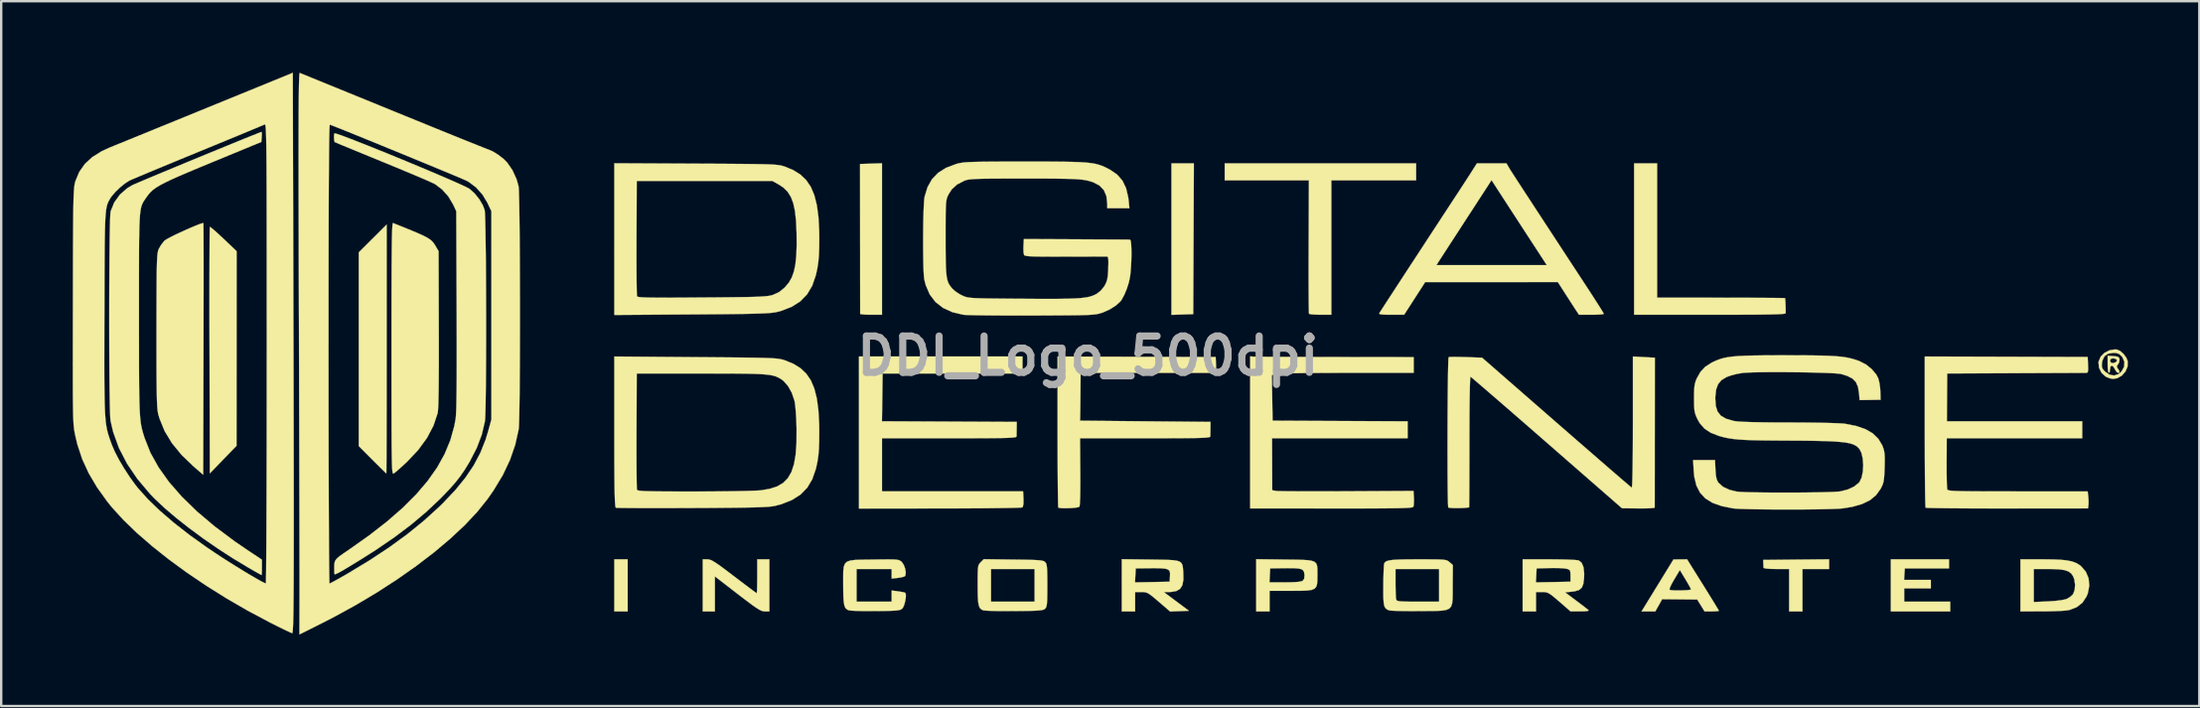
<source format=kicad_pcb>
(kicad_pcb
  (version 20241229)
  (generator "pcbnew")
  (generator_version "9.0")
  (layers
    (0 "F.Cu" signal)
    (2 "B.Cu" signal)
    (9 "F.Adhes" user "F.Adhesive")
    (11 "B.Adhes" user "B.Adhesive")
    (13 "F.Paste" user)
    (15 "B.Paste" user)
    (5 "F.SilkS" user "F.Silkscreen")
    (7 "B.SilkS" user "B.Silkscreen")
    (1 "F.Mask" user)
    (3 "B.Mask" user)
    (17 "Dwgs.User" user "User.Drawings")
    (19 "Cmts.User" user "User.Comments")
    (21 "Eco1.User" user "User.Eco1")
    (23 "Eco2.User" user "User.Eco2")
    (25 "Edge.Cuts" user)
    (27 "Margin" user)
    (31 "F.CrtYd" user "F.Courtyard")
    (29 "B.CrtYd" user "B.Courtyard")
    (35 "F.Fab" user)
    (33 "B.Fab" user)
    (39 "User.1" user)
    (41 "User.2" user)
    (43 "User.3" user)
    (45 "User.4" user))
  (footprint "DDI_Logo_500dpi"
    (layer "F.Cu")
    (at 42.581 11.882)
    (property "Reference" "DDI_Logo_500dpi" (at 0 0 0) (layer "F.Fab") (effects (font (size 1.524 1.524) (thickness 0.3))))
    (attr through_hole)
    (fp_poly (pts (xy -19.304 10.719) (xy -19.863 10.719) (xy -19.863 8.534) (xy -19.304 8.534) (xy -19.304 10.719)) (stroke (width 0.01) (type solid)) (fill yes) (layer "F.SilkS"))
    (fp_poly (pts (xy 4.418 -1.753) (xy 3.505 -1.723) (xy 3.505 -8.077) (xy 4.445 -8.077) (xy 4.418 -1.753)) (stroke (width 0.01) (type solid)) (fill yes) (layer "F.SilkS"))
    (fp_poly (pts (xy 36.119 8.915) (xy 34.265 8.915) (xy 34.249 9.157) (xy 34.234 9.398) (xy 35.357 9.398) (xy 35.357 9.754) (xy 34.239 9.754) (xy 34.239 10.312) (xy 36.17 10.312) (xy 36.17 10.719) (xy 33.68 10.719) (xy 33.68 8.534) (xy 36.119 8.534) (xy 36.119 8.915)) (stroke (width 0.01) (type solid)) (fill yes) (layer "F.SilkS"))
    (fp_poly (pts (xy 31.09 8.941) (xy 29.972 8.941) (xy 29.972 10.719) (xy 29.413 10.719) (xy 29.413 8.941) (xy 28.88 8.941) (xy 28.638 8.936) (xy 28.459 8.923) (xy 28.358 8.903) (xy 28.341 8.89) (xy 28.336 8.804) (xy 28.331 8.7) (xy 28.326 8.56) (xy 29.708 8.546) (xy 31.09 8.533) (xy 31.09 8.941)) (stroke (width 0.01) (type solid)) (fill yes) (layer "F.SilkS"))
    (fp_poly (pts (xy -8.636 -1.727) (xy -9.093 -1.727) (xy -9.295 -1.731) (xy -9.451 -1.742) (xy -9.539 -1.757) (xy -9.551 -1.765) (xy -9.551 -1.822) (xy -9.551 -1.971) (xy -9.551 -2.204) (xy -9.552 -2.512) (xy -9.552 -2.886) (xy -9.553 -3.318) (xy -9.553 -3.799) (xy -9.553 -4.32) (xy -9.554 -4.871) (xy -9.554 -4.928) (xy -9.556 -8.052) (xy -9.096 -8.066) (xy -8.636 -8.081) (xy -8.636 -1.727)) (stroke (width 0.01) (type solid)) (fill yes) (layer "F.SilkS"))
    (fp_poly (pts (xy 13.767 -7.366) (xy 10.211 -7.366) (xy 10.211 -1.727) (xy 9.757 -1.727) (xy 9.552 -1.732) (xy 9.389 -1.743) (xy 9.292 -1.761) (xy 9.276 -1.769) (xy 9.272 -1.827) (xy 9.268 -1.976) (xy 9.264 -2.209) (xy 9.262 -2.515) (xy 9.26 -2.884) (xy 9.259 -3.309) (xy 9.259 -3.779) (xy 9.26 -4.285) (xy 9.261 -4.589) (xy 9.271 -7.366) (xy 5.74 -7.366) (xy 5.74 -8.077) (xy 13.767 -8.077) (xy 13.767 -7.366)) (stroke (width 0.01) (type solid)) (fill yes) (layer "F.SilkS"))
    (fp_poly (pts (xy -29.413 -0.291) (xy -29.413 0.428) (xy -29.414 1.117) (xy -29.414 1.771) (xy -29.415 2.381) (xy -29.416 2.943) (xy -29.417 3.448) (xy -29.419 3.89) (xy -29.42 4.263) (xy -29.422 4.56) (xy -29.423 4.774) (xy -29.425 4.897) (xy -29.427 4.928) (xy -29.465 4.894) (xy -29.563 4.799) (xy -29.707 4.658) (xy -29.886 4.48) (xy -30.011 4.355) (xy -30.582 3.783) (xy -30.582 -4.345) (xy -29.997 -4.928) (xy -29.413 -5.51) (xy -29.413 -0.291)) (stroke (width 0.01) (type solid)) (fill yes) (layer "F.SilkS"))
    (fp_poly (pts (xy -36.782 -5.386) (xy -36.677 -5.3) (xy -36.527 -5.167) (xy -36.344 -4.999) (xy -36.252 -4.912) (xy -35.707 -4.394) (xy -35.709 -0.311) (xy -35.711 3.772) (xy -36.27 4.349) (xy -36.829 4.926) (xy -36.842 -0.234) (xy -36.844 -0.949) (xy -36.845 -1.635) (xy -36.845 -2.286) (xy -36.845 -2.893) (xy -36.844 -3.452) (xy -36.843 -3.954) (xy -36.841 -4.393) (xy -36.839 -4.763) (xy -36.836 -5.056) (xy -36.833 -5.266) (xy -36.829 -5.386) (xy -36.826 -5.412) (xy -36.782 -5.386)) (stroke (width 0.01) (type solid)) (fill yes) (layer "F.SilkS"))
    (fp_poly (pts (xy 23.876 -2.443) (xy 26.551 -2.441) (xy 27.062 -2.44) (xy 27.542 -2.439) (xy 27.981 -2.438) (xy 28.369 -2.436) (xy 28.698 -2.434) (xy 28.957 -2.431) (xy 29.137 -2.429) (xy 29.23 -2.426) (xy 29.24 -2.425) (xy 29.249 -2.372) (xy 29.258 -2.251) (xy 29.265 -2.096) (xy 29.269 -1.943) (xy 29.269 -1.823) (xy 29.267 -1.791) (xy 29.246 -1.777) (xy 29.182 -1.766) (xy 29.068 -1.756) (xy 28.898 -1.748) (xy 28.667 -1.741) (xy 28.367 -1.736) (xy 27.993 -1.732) (xy 27.538 -1.73) (xy 26.997 -1.728) (xy 26.363 -1.727) (xy 26.086 -1.727) (xy 22.911 -1.727) (xy 22.911 -8.077) (xy 23.876 -8.077) (xy 23.876 -2.443)) (stroke (width 0.01) (type solid)) (fill yes) (layer "F.SilkS"))
    (fp_poly (pts (xy -13.36 10.719) (xy -13.551 10.719) (xy -13.621 10.713) (xy -13.698 10.689) (xy -13.795 10.641) (xy -13.922 10.56) (xy -14.092 10.441) (xy -14.315 10.274) (xy -14.604 10.054) (xy -14.694 9.984) (xy -15.646 9.25) (xy -15.646 10.719) (xy -16.154 10.719) (xy -16.154 8.534) (xy -15.964 8.534) (xy -15.893 8.541) (xy -15.814 8.565) (xy -15.715 8.615) (xy -15.585 8.697) (xy -15.41 8.819) (xy -15.181 8.989) (xy -14.886 9.213) (xy -14.843 9.246) (xy -14.577 9.448) (xy -14.339 9.628) (xy -14.14 9.777) (xy -13.992 9.886) (xy -13.906 9.947) (xy -13.89 9.957) (xy -13.882 9.909) (xy -13.876 9.778) (xy -13.871 9.581) (xy -13.869 9.338) (xy -13.868 9.246) (xy -13.868 8.534) (xy -13.36 8.534) (xy -13.36 10.719)) (stroke (width 0.01) (type solid)) (fill yes) (layer "F.SilkS"))
    (fp_poly (pts (xy 25.799 9.601) (xy 25.983 9.896) (xy 26.147 10.161) (xy 26.285 10.385) (xy 26.389 10.557) (xy 26.451 10.663) (xy 26.467 10.694) (xy 26.421 10.707) (xy 26.301 10.716) (xy 26.166 10.719) (xy 25.866 10.719) (xy 25.713 10.47) (xy 25.559 10.221) (xy 24.087 10.207) (xy 23.944 10.463) (xy 23.8 10.719) (xy 23.223 10.719) (xy 23.787 9.802) (xy 24.395 9.802) (xy 24.401 9.813) (xy 24.473 9.829) (xy 24.61 9.838) (xy 24.784 9.84) (xy 24.968 9.837) (xy 25.133 9.828) (xy 25.253 9.814) (xy 25.298 9.795) (xy 25.274 9.738) (xy 25.207 9.615) (xy 25.112 9.451) (xy 25.064 9.371) (xy 24.829 8.985) (xy 24.59 9.382) (xy 24.481 9.574) (xy 24.414 9.719) (xy 24.395 9.802) (xy 23.787 9.802) (xy 24.562 8.539) (xy 24.847 8.537) (xy 25.132 8.534) (xy 25.799 9.601)) (stroke (width 0.01) (type solid)) (fill yes) (layer "F.SilkS"))
    (fp_poly (pts (xy 43.015 0.01) (xy 43.164 0.026) (xy 43.24 0.06) (xy 43.27 0.125) (xy 43.273 0.144) (xy 43.254 0.276) (xy 43.21 0.351) (xy 43.158 0.429) (xy 43.18 0.504) (xy 43.204 0.537) (xy 43.271 0.647) (xy 43.26 0.702) (xy 43.212 0.711) (xy 43.146 0.669) (xy 43.081 0.566) (xy 43.078 0.559) (xy 43.015 0.454) (xy 42.949 0.407) (xy 42.945 0.406) (xy 42.891 0.452) (xy 42.875 0.559) (xy 42.86 0.666) (xy 42.825 0.711) (xy 42.824 0.711) (xy 42.798 0.664) (xy 42.78 0.538) (xy 42.774 0.355) (xy 42.774 0.203) (xy 42.875 0.203) (xy 42.913 0.284) (xy 43.008 0.303) (xy 43.123 0.259) (xy 43.168 0.195) (xy 43.131 0.136) (xy 43.029 0.103) (xy 42.999 0.102) (xy 42.901 0.127) (xy 42.875 0.203) (xy 42.774 0.203) (xy 42.774 -0.006) (xy 43.015 0.01)) (stroke (width 0.01) (type solid)) (fill yes) (layer "F.SilkS"))
    (fp_poly (pts (xy 43.167 -0.265) (xy 43.306 -0.202) (xy 43.447 -0.075) (xy 43.561 0.083) (xy 43.614 0.222) (xy 43.609 0.446) (xy 43.521 0.654) (xy 43.371 0.825) (xy 43.176 0.935) (xy 43.002 0.965) (xy 42.855 0.938) (xy 42.698 0.872) (xy 42.682 0.862) (xy 42.514 0.706) (xy 42.412 0.498) (xy 42.406 0.44) (xy 42.527 0.44) (xy 42.563 0.544) (xy 42.662 0.658) (xy 42.847 0.786) (xy 43.042 0.822) (xy 43.227 0.765) (xy 43.353 0.657) (xy 43.464 0.459) (xy 43.478 0.254) (xy 43.395 0.058) (xy 43.362 0.016) (xy 43.26 -0.078) (xy 43.142 -0.12) (xy 43.008 -0.127) (xy 42.789 -0.092) (xy 42.639 0.015) (xy 42.552 0.201) (xy 42.535 0.295) (xy 42.527 0.44) (xy 42.406 0.44) (xy 42.39 0.271) (xy 42.396 0.231) (xy 42.481 0.032) (xy 42.64 -0.128) (xy 42.848 -0.235) (xy 43.081 -0.272) (xy 43.167 -0.265)) (stroke (width 0.01) (type solid)) (fill yes) (layer "F.SilkS"))
    (fp_poly (pts (xy -2.743 0.381) (xy -2.743 0.737) (xy -8.611 0.737) (xy -8.624 1.739) (xy -8.638 2.742) (xy -2.984 2.769) (xy -2.987 3.035) (xy -2.99 3.203) (xy -2.992 3.335) (xy -2.994 3.378) (xy -3.004 3.395) (xy -3.039 3.409) (xy -3.105 3.42) (xy -3.211 3.43) (xy -3.363 3.438) (xy -3.57 3.444) (xy -3.84 3.448) (xy -4.179 3.451) (xy -4.595 3.453) (xy -5.096 3.454) (xy -5.69 3.454) (xy -5.817 3.454) (xy -8.636 3.454) (xy -8.636 5.685) (xy -2.718 5.684) (xy -2.702 6) (xy -2.703 6.21) (xy -2.729 6.328) (xy -2.752 6.356) (xy -2.813 6.362) (xy -2.967 6.369) (xy -3.205 6.375) (xy -3.519 6.381) (xy -3.901 6.386) (xy -4.341 6.391) (xy -4.832 6.394) (xy -5.365 6.397) (xy -5.932 6.399) (xy -6.209 6.399) (xy -9.601 6.403) (xy -9.601 3.214) (xy -9.601 0.025) (xy -2.743 0.025) (xy -2.743 0.381)) (stroke (width 0.01) (type solid)) (fill yes) (layer "F.SilkS"))
    (fp_poly (pts (xy 8.253 8.544) (xy 8.662 8.549) (xy 8.981 8.556) (xy 9.221 8.57) (xy 9.393 8.596) (xy 9.508 8.64) (xy 9.578 8.708) (xy 9.613 8.803) (xy 9.626 8.933) (xy 9.627 9.102) (xy 9.627 9.201) (xy 9.625 9.414) (xy 9.612 9.574) (xy 9.575 9.69) (xy 9.502 9.769) (xy 9.379 9.818) (xy 9.196 9.843) (xy 8.939 9.853) (xy 8.595 9.855) (xy 8.503 9.855) (xy 7.62 9.855) (xy 7.62 10.719) (xy 7.061 10.719) (xy 7.061 9.5) (xy 7.615 9.5) (xy 8.268 9.5) (xy 8.59 9.495) (xy 8.819 9.481) (xy 8.961 9.456) (xy 9.011 9.434) (xy 9.074 9.347) (xy 9.086 9.201) (xy 9.084 9.171) (xy 9.067 9.068) (xy 9.027 8.995) (xy 8.949 8.946) (xy 8.818 8.918) (xy 8.62 8.906) (xy 8.34 8.905) (xy 8.214 8.906) (xy 7.645 8.915) (xy 7.63 9.207) (xy 7.615 9.5) (xy 7.061 9.5) (xy 7.061 8.529) (xy 8.253 8.544)) (stroke (width 0.01) (type solid)) (fill yes) (layer "F.SilkS"))
    (fp_poly (pts (xy 40.469 8.539) (xy 40.805 8.553) (xy 41.07 8.581) (xy 41.279 8.624) (xy 41.446 8.685) (xy 41.587 8.768) (xy 41.661 8.826) (xy 41.858 9.054) (xy 41.973 9.329) (xy 42.003 9.633) (xy 41.945 9.95) (xy 41.888 10.093) (xy 41.714 10.356) (xy 41.47 10.545) (xy 41.155 10.663) (xy 41.148 10.664) (xy 41.022 10.682) (xy 40.816 10.697) (xy 40.552 10.708) (xy 40.253 10.716) (xy 40.018 10.718) (xy 39.116 10.719) (xy 39.116 8.941) (xy 39.675 8.941) (xy 39.675 10.326) (xy 40.272 10.3) (xy 40.578 10.279) (xy 40.831 10.249) (xy 41.012 10.211) (xy 41.056 10.195) (xy 41.201 10.111) (xy 41.315 10.004) (xy 41.326 9.989) (xy 41.39 9.817) (xy 41.407 9.599) (xy 41.376 9.378) (xy 41.327 9.247) (xy 41.246 9.13) (xy 41.134 9.046) (xy 40.975 8.989) (xy 40.753 8.956) (xy 40.453 8.942) (xy 40.286 8.941) (xy 39.675 8.941) (xy 39.116 8.941) (xy 39.116 8.534) (xy 40.047 8.534) (xy 40.469 8.539)) (stroke (width 0.01) (type solid)) (fill yes) (layer "F.SilkS"))
    (fp_poly (pts (xy 2.614 8.544) (xy 3.019 8.55) (xy 3.334 8.557) (xy 3.57 8.57) (xy 3.74 8.594) (xy 3.855 8.634) (xy 3.926 8.693) (xy 3.966 8.777) (xy 3.986 8.889) (xy 3.997 9.035) (xy 4.001 9.082) (xy 4.005 9.393) (xy 3.962 9.622) (xy 3.864 9.776) (xy 3.704 9.867) (xy 3.474 9.904) (xy 3.387 9.906) (xy 3.182 9.906) (xy 4.236 10.693) (xy 3.843 10.708) (xy 3.449 10.723) (xy 2.974 10.315) (xy 2.774 10.144) (xy 2.629 10.028) (xy 2.522 9.958) (xy 2.431 9.922) (xy 2.337 9.908) (xy 2.24 9.906) (xy 1.981 9.906) (xy 1.981 10.719) (xy 1.422 10.719) (xy 1.422 9.502) (xy 1.976 9.502) (xy 2.703 9.488) (xy 3.429 9.474) (xy 3.444 9.233) (xy 3.446 9.11) (xy 3.424 9.022) (xy 3.364 8.963) (xy 3.253 8.928) (xy 3.076 8.911) (xy 2.82 8.907) (xy 2.615 8.908) (xy 2.007 8.915) (xy 1.991 9.209) (xy 1.976 9.502) (xy 1.422 9.502) (xy 1.422 8.529) (xy 2.614 8.544)) (stroke (width 0.01) (type solid)) (fill yes) (layer "F.SilkS"))
    (fp_poly (pts (xy 19.685 8.537) (xy 19.991 8.542) (xy 20.251 8.552) (xy 20.45 8.563) (xy 20.57 8.577) (xy 20.591 8.582) (xy 20.712 8.681) (xy 20.788 8.866) (xy 20.817 9.129) (xy 20.811 9.329) (xy 20.779 9.569) (xy 20.714 9.727) (xy 20.599 9.823) (xy 20.417 9.876) (xy 20.304 9.89) (xy 20.016 9.92) (xy 20.486 10.271) (xy 20.676 10.415) (xy 20.839 10.539) (xy 20.954 10.63) (xy 21.003 10.671) (xy 20.983 10.696) (xy 20.87 10.712) (xy 20.672 10.718) (xy 20.648 10.718) (xy 20.244 10.717) (xy 19.777 10.311) (xy 19.578 10.141) (xy 19.436 10.026) (xy 19.329 9.957) (xy 19.239 9.921) (xy 19.145 9.908) (xy 19.053 9.906) (xy 18.796 9.906) (xy 18.796 10.719) (xy 18.237 10.719) (xy 18.237 9.502) (xy 18.791 9.502) (xy 19.517 9.488) (xy 20.244 9.474) (xy 20.244 9.223) (xy 20.239 9.073) (xy 20.214 8.992) (xy 20.151 8.951) (xy 20.078 8.93) (xy 19.957 8.913) (xy 19.766 8.902) (xy 19.533 8.899) (xy 19.367 8.901) (xy 18.821 8.915) (xy 18.806 9.209) (xy 18.791 9.502) (xy 18.237 9.502) (xy 18.237 8.534) (xy 19.351 8.534) (xy 19.685 8.537)) (stroke (width 0.01) (type solid)) (fill yes) (layer "F.SilkS"))
    (fp_poly (pts (xy -37.101 -5.571) (xy -37.099 -5.519) (xy -37.097 -5.372) (xy -37.095 -5.137) (xy -37.094 -4.82) (xy -37.093 -4.429) (xy -37.092 -3.969) (xy -37.092 -3.448) (xy -37.092 -2.873) (xy -37.093 -2.249) (xy -37.094 -1.585) (xy -37.095 -0.885) (xy -37.096 -0.283) (xy -37.109 4.987) (xy -37.516 4.634) (xy -38.015 4.154) (xy -38.417 3.662) (xy -38.724 3.156) (xy -38.94 2.629) (xy -38.989 2.461) (xy -39.005 2.387) (xy -39.019 2.295) (xy -39.031 2.176) (xy -39.041 2.024) (xy -39.049 1.829) (xy -39.055 1.584) (xy -39.059 1.282) (xy -39.063 0.914) (xy -39.065 0.473) (xy -39.066 -0.05) (xy -39.066 -0.662) (xy -39.066 -1.062) (xy -39.065 -1.716) (xy -39.064 -2.277) (xy -39.062 -2.751) (xy -39.06 -3.148) (xy -39.057 -3.474) (xy -39.052 -3.738) (xy -39.046 -3.947) (xy -39.038 -4.11) (xy -39.029 -4.234) (xy -39.017 -4.326) (xy -39.003 -4.396) (xy -38.986 -4.45) (xy -38.969 -4.491) (xy -38.872 -4.66) (xy -38.75 -4.814) (xy -38.724 -4.841) (xy -38.643 -4.895) (xy -38.495 -4.976) (xy -38.298 -5.074) (xy -38.072 -5.181) (xy -37.833 -5.29) (xy -37.601 -5.392) (xy -37.393 -5.478) (xy -37.229 -5.541) (xy -37.126 -5.571) (xy -37.101 -5.571)) (stroke (width 0.01) (type solid)) (fill yes) (layer "F.SilkS"))
    (fp_poly (pts (xy -3.126 8.545) (xy -2.734 8.55) (xy -2.432 8.556) (xy -2.205 8.564) (xy -2.043 8.575) (xy -1.932 8.589) (xy -1.859 8.608) (xy -1.813 8.633) (xy -1.792 8.651) (xy -1.759 8.694) (xy -1.735 8.758) (xy -1.719 8.858) (xy -1.709 9.009) (xy -1.704 9.227) (xy -1.702 9.526) (xy -1.702 9.627) (xy -1.703 9.952) (xy -1.707 10.191) (xy -1.715 10.359) (xy -1.73 10.472) (xy -1.752 10.544) (xy -1.782 10.592) (xy -1.792 10.603) (xy -1.83 10.632) (xy -1.886 10.654) (xy -1.974 10.671) (xy -2.105 10.683) (xy -2.294 10.692) (xy -2.553 10.698) (xy -2.894 10.702) (xy -3.088 10.704) (xy -3.433 10.705) (xy -3.75 10.703) (xy -4.021 10.697) (xy -4.232 10.688) (xy -4.366 10.677) (xy -4.404 10.669) (xy -4.481 10.626) (xy -4.538 10.562) (xy -4.577 10.461) (xy -4.603 10.309) (xy -4.617 10.092) (xy -4.622 9.796) (xy -4.623 9.602) (xy -4.622 9.297) (xy -4.619 9.076) (xy -4.612 8.941) (xy -4.064 8.941) (xy -4.064 10.312) (xy -2.235 10.312) (xy -2.235 8.941) (xy -4.064 8.941) (xy -4.612 8.941) (xy -4.611 8.922) (xy -4.596 8.82) (xy -4.572 8.751) (xy -4.536 8.699) (xy -4.496 8.657) (xy -4.368 8.529) (xy -3.126 8.545)) (stroke (width 0.01) (type solid)) (fill yes) (layer "F.SilkS"))
    (fp_poly (pts (xy 6.921 0.03) (xy 6.991 0.032) (xy 7.153 0.034) (xy 7.4 0.036) (xy 7.721 0.038) (xy 8.109 0.04) (xy 8.554 0.042) (xy 9.048 0.044) (xy 9.582 0.045) (xy 10.147 0.046) (xy 10.351 0.047) (xy 13.665 0.051) (xy 13.665 0.711) (xy 10.824 0.711) (xy 10.181 0.712) (xy 9.605 0.715) (xy 9.101 0.719) (xy 8.675 0.725) (xy 8.332 0.733) (xy 8.076 0.742) (xy 7.912 0.752) (xy 7.849 0.762) (xy 7.716 0.813) (xy 7.731 1.765) (xy 7.747 2.718) (xy 10.579 2.731) (xy 13.411 2.744) (xy 13.411 3.454) (xy 7.724 3.454) (xy 7.728 4.545) (xy 7.732 5.636) (xy 7.892 5.665) (xy 7.972 5.67) (xy 8.143 5.674) (xy 8.397 5.678) (xy 8.722 5.68) (xy 9.11 5.682) (xy 9.55 5.682) (xy 10.032 5.682) (xy 10.547 5.68) (xy 10.855 5.679) (xy 13.657 5.664) (xy 13.674 5.96) (xy 13.676 6.134) (xy 13.665 6.272) (xy 13.65 6.329) (xy 13.63 6.344) (xy 13.583 6.356) (xy 13.503 6.367) (xy 13.382 6.376) (xy 13.214 6.383) (xy 12.991 6.389) (xy 12.708 6.393) (xy 12.356 6.396) (xy 11.93 6.399) (xy 11.422 6.4) (xy 10.825 6.4) (xy 10.208 6.4) (xy 6.807 6.398) (xy 6.807 0.017) (xy 6.921 0.03)) (stroke (width 0.01) (type solid)) (fill yes) (layer "F.SilkS"))
    (fp_poly (pts (xy -28.715 -5.402) (xy -28.367 -5.26) (xy -28.093 -5.145) (xy -27.881 -5.048) (xy -27.721 -4.966) (xy -27.603 -4.891) (xy -27.515 -4.818) (xy -27.447 -4.741) (xy -27.388 -4.655) (xy -27.354 -4.597) (xy -27.235 -4.394) (xy -27.226 -1.118) (xy -27.225 -0.348) (xy -27.225 0.323) (xy -27.228 0.896) (xy -27.232 1.375) (xy -27.239 1.76) (xy -27.247 2.055) (xy -27.258 2.262) (xy -27.27 2.382) (xy -27.273 2.397) (xy -27.449 2.925) (xy -27.723 3.444) (xy -28.094 3.951) (xy -28.558 4.442) (xy -28.561 4.444) (xy -28.747 4.617) (xy -28.913 4.766) (xy -29.042 4.876) (xy -29.117 4.932) (xy -29.119 4.933) (xy -29.134 4.938) (xy -29.147 4.931) (xy -29.158 4.907) (xy -29.168 4.86) (xy -29.177 4.785) (xy -29.184 4.676) (xy -29.19 4.528) (xy -29.195 4.334) (xy -29.199 4.088) (xy -29.203 3.786) (xy -29.205 3.422) (xy -29.207 2.99) (xy -29.208 2.483) (xy -29.209 1.898) (xy -29.21 1.227) (xy -29.21 0.466) (xy -29.21 -0.308) (xy -29.21 -1.187) (xy -29.209 -1.968) (xy -29.208 -2.658) (xy -29.206 -3.26) (xy -29.204 -3.78) (xy -29.2 -4.223) (xy -29.196 -4.594) (xy -29.192 -4.897) (xy -29.186 -5.138) (xy -29.179 -5.32) (xy -29.172 -5.45) (xy -29.163 -5.531) (xy -29.153 -5.569) (xy -29.146 -5.574) (xy -28.715 -5.402)) (stroke (width 0.01) (type solid)) (fill yes) (layer "F.SilkS"))
    (fp_poly (pts (xy -8.185 8.54) (xy -8.048 8.547) (xy -7.956 8.561) (xy -7.893 8.583) (xy -7.845 8.613) (xy -7.807 8.646) (xy -7.725 8.763) (xy -7.665 8.925) (xy -7.639 9.089) (xy -7.656 9.217) (xy -7.665 9.234) (xy -7.73 9.266) (xy -7.861 9.297) (xy -7.963 9.312) (xy -8.23 9.342) (xy -8.23 8.941) (xy -9.703 8.941) (xy -9.703 10.312) (xy -8.23 10.312) (xy -8.23 9.842) (xy -7.966 9.877) (xy -7.809 9.902) (xy -7.694 9.926) (xy -7.661 9.937) (xy -7.635 10.006) (xy -7.638 10.136) (xy -7.664 10.295) (xy -7.706 10.449) (xy -7.759 10.566) (xy -7.779 10.592) (xy -7.819 10.626) (xy -7.872 10.652) (xy -7.952 10.671) (xy -8.075 10.684) (xy -8.253 10.693) (xy -8.502 10.699) (xy -8.836 10.704) (xy -8.904 10.704) (xy -9.224 10.705) (xy -9.514 10.702) (xy -9.757 10.695) (xy -9.937 10.685) (xy -10.035 10.672) (xy -10.042 10.669) (xy -10.12 10.626) (xy -10.177 10.561) (xy -10.216 10.459) (xy -10.242 10.306) (xy -10.256 10.088) (xy -10.261 9.79) (xy -10.262 9.61) (xy -10.263 9.286) (xy -10.26 9.036) (xy -10.24 8.851) (xy -10.192 8.721) (xy -10.104 8.635) (xy -9.964 8.585) (xy -9.762 8.56) (xy -9.484 8.55) (xy -9.121 8.546) (xy -9.002 8.544) (xy -8.647 8.539) (xy -8.38 8.537) (xy -8.185 8.54)) (stroke (width 0.01) (type solid)) (fill yes) (layer "F.SilkS"))
    (fp_poly (pts (xy 14.242 8.535) (xy 14.527 8.536) (xy 14.737 8.541) (xy 14.888 8.549) (xy 14.992 8.563) (xy 15.063 8.582) (xy 15.115 8.61) (xy 15.162 8.647) (xy 15.17 8.654) (xy 15.308 8.773) (xy 15.301 9.628) (xy 15.301 9.944) (xy 15.297 10.19) (xy 15.28 10.376) (xy 15.237 10.51) (xy 15.158 10.601) (xy 15.032 10.657) (xy 14.847 10.687) (xy 14.592 10.699) (xy 14.256 10.702) (xy 13.905 10.704) (xy 13.564 10.706) (xy 13.252 10.703) (xy 12.986 10.698) (xy 12.781 10.689) (xy 12.653 10.679) (xy 12.622 10.672) (xy 12.539 10.631) (xy 12.478 10.578) (xy 12.436 10.497) (xy 12.41 10.374) (xy 12.396 10.194) (xy 12.392 9.941) (xy 12.393 9.629) (xy 12.396 9.342) (xy 12.403 9.087) (xy 12.409 8.941) (xy 12.903 8.941) (xy 12.903 9.546) (xy 12.906 9.79) (xy 12.912 10.002) (xy 12.922 10.157) (xy 12.934 10.232) (xy 12.958 10.262) (xy 13.012 10.283) (xy 13.11 10.298) (xy 13.267 10.306) (xy 13.497 10.311) (xy 13.812 10.312) (xy 13.848 10.312) (xy 14.732 10.312) (xy 14.732 8.941) (xy 12.903 8.941) (xy 12.409 8.941) (xy 12.412 8.884) (xy 12.422 8.75) (xy 12.429 8.708) (xy 12.462 8.655) (xy 12.523 8.614) (xy 12.624 8.583) (xy 12.775 8.561) (xy 12.989 8.547) (xy 13.276 8.538) (xy 13.647 8.535) (xy 13.869 8.534) (xy 14.242 8.535)) (stroke (width 0.01) (type solid)) (fill yes) (layer "F.SilkS"))
    (fp_poly (pts (xy 5.359 0.047) (xy 5.374 0.379) (xy 5.38 0.557) (xy 5.373 0.657) (xy 5.345 0.701) (xy 5.289 0.712) (xy 5.273 0.712) (xy 5.201 0.712) (xy 5.037 0.712) (xy 4.792 0.712) (xy 4.474 0.712) (xy 4.094 0.712) (xy 3.661 0.712) (xy 3.186 0.712) (xy 2.677 0.711) (xy 2.426 0.711) (xy -0.305 0.71) (xy -0.312 1.587) (xy -0.315 1.884) (xy -0.318 2.154) (xy -0.321 2.376) (xy -0.324 2.531) (xy -0.325 2.591) (xy -0.33 2.718) (xy 5.144 2.769) (xy 5.141 3.035) (xy 5.138 3.203) (xy 5.136 3.335) (xy 5.134 3.378) (xy 5.124 3.395) (xy 5.089 3.409) (xy 5.022 3.421) (xy 4.916 3.431) (xy 4.761 3.438) (xy 4.552 3.444) (xy 4.28 3.448) (xy 3.937 3.451) (xy 3.515 3.453) (xy 3.008 3.454) (xy 2.407 3.454) (xy 2.4 3.454) (xy -0.33 3.454) (xy -0.319 4.861) (xy -0.317 5.284) (xy -0.32 5.647) (xy -0.325 5.943) (xy -0.335 6.16) (xy -0.347 6.291) (xy -0.357 6.326) (xy -0.425 6.352) (xy -0.565 6.372) (xy -0.744 6.386) (xy -0.932 6.391) (xy -1.098 6.388) (xy -1.212 6.375) (xy -1.241 6.363) (xy -1.246 6.308) (xy -1.251 6.16) (xy -1.255 5.929) (xy -1.259 5.622) (xy -1.263 5.248) (xy -1.266 4.816) (xy -1.268 4.336) (xy -1.269 3.815) (xy -1.27 3.262) (xy -1.27 3.179) (xy -1.27 0.025) (xy 5.359 0.047)) (stroke (width 0.01) (type solid)) (fill yes) (layer "F.SilkS"))
    (fp_poly (pts (xy 38.519 0.035) (xy 41.935 0.045) (xy 41.95 0.378) (xy 41.955 0.558) (xy 41.946 0.659) (xy 41.918 0.703) (xy 41.874 0.711) (xy 41.808 0.712) (xy 41.649 0.712) (xy 41.408 0.713) (xy 41.093 0.715) (xy 40.714 0.716) (xy 40.281 0.718) (xy 39.803 0.72) (xy 39.29 0.722) (xy 38.913 0.724) (xy 36.043 0.737) (xy 36.029 2.743) (xy 41.707 2.743) (xy 41.707 3.454) (xy 36.024 3.454) (xy 36.019 4.488) (xy 36.019 4.806) (xy 36.022 5.093) (xy 36.027 5.331) (xy 36.035 5.504) (xy 36.044 5.596) (xy 36.046 5.603) (xy 36.06 5.621) (xy 36.093 5.635) (xy 36.152 5.648) (xy 36.246 5.658) (xy 36.381 5.666) (xy 36.566 5.672) (xy 36.808 5.677) (xy 37.115 5.681) (xy 37.495 5.683) (xy 37.954 5.685) (xy 38.502 5.685) (xy 39.006 5.686) (xy 41.935 5.686) (xy 41.961 5.904) (xy 41.973 6.077) (xy 41.971 6.232) (xy 41.968 6.259) (xy 41.95 6.397) (xy 38.561 6.4) (xy 37.983 6.4) (xy 37.436 6.399) (xy 36.927 6.397) (xy 36.464 6.394) (xy 36.057 6.391) (xy 35.714 6.386) (xy 35.443 6.382) (xy 35.253 6.376) (xy 35.152 6.371) (xy 35.138 6.368) (xy 35.131 6.312) (xy 35.126 6.164) (xy 35.12 5.931) (xy 35.115 5.623) (xy 35.111 5.249) (xy 35.108 4.817) (xy 35.105 4.335) (xy 35.104 3.814) (xy 35.103 3.261) (xy 35.103 3.179) (xy 35.103 0.025) (xy 38.519 0.035)) (stroke (width 0.01) (type solid)) (fill yes) (layer "F.SilkS"))
    (fp_poly (pts (xy 17.656 -7.907) (xy 17.681 -7.865) (xy 17.723 -7.798) (xy 17.784 -7.702) (xy 17.868 -7.572) (xy 17.977 -7.403) (xy 18.114 -7.193) (xy 18.281 -6.935) (xy 18.483 -6.627) (xy 18.721 -6.262) (xy 18.998 -5.838) (xy 19.318 -5.349) (xy 19.683 -4.791) (xy 20.096 -4.16) (xy 20.56 -3.452) (xy 20.908 -2.921) (xy 21.104 -2.621) (xy 21.28 -2.348) (xy 21.429 -2.114) (xy 21.544 -1.932) (xy 21.616 -1.811) (xy 21.64 -1.765) (xy 21.593 -1.75) (xy 21.466 -1.737) (xy 21.279 -1.729) (xy 21.12 -1.728) (xy 20.599 -1.728) (xy 20.49 -1.893) (xy 20.419 -2.001) (xy 20.309 -2.171) (xy 20.175 -2.378) (xy 20.046 -2.578) (xy 19.712 -3.099) (xy 16.93 -3.098) (xy 14.148 -3.097) (xy 13.706 -2.412) (xy 13.264 -1.727) (xy 12.725 -1.727) (xy 12.478 -1.73) (xy 12.32 -1.739) (xy 12.239 -1.756) (xy 12.22 -1.783) (xy 12.224 -1.791) (xy 12.263 -1.854) (xy 12.348 -1.985) (xy 12.467 -2.169) (xy 12.61 -2.389) (xy 12.692 -2.515) (xy 13.054 -3.07) (xy 13.426 -3.64) (xy 13.537 -3.81) (xy 14.619 -3.81) (xy 19.249 -3.81) (xy 18.43 -5.067) (xy 18.201 -5.418) (xy 17.972 -5.771) (xy 17.753 -6.107) (xy 17.557 -6.41) (xy 17.393 -6.662) (xy 17.273 -6.847) (xy 17.271 -6.85) (xy 16.932 -7.375) (xy 15.848 -5.707) (xy 15.606 -5.333) (xy 15.379 -4.984) (xy 15.173 -4.667) (xy 14.996 -4.393) (xy 14.853 -4.173) (xy 14.751 -4.016) (xy 14.697 -3.932) (xy 14.692 -3.924) (xy 14.619 -3.81) (xy 13.537 -3.81) (xy 13.798 -4.209) (xy 14.161 -4.765) (xy 14.505 -5.291) (xy 14.822 -5.775) (xy 15.101 -6.202) (xy 15.331 -6.553) (xy 15.522 -6.844) (xy 15.707 -7.128) (xy 15.875 -7.386) (xy 16.013 -7.599) (xy 16.108 -7.749) (xy 16.115 -7.76) (xy 16.316 -8.077) (xy 17.557 -8.077) (xy 17.656 -7.907)) (stroke (width 0.01) (type solid)) (fill yes) (layer "F.SilkS"))
    (fp_poly (pts (xy 23.32 0.051) (xy 23.78 0.076) (xy 23.778 3.2) (xy 23.777 3.755) (xy 23.777 4.279) (xy 23.777 4.764) (xy 23.776 5.202) (xy 23.776 5.583) (xy 23.776 5.898) (xy 23.775 6.139) (xy 23.775 6.297) (xy 23.775 6.364) (xy 23.775 6.365) (xy 23.727 6.379) (xy 23.596 6.39) (xy 23.401 6.397) (xy 23.159 6.398) (xy 23.089 6.398) (xy 22.403 6.391) (xy 19.25 3.64) (xy 18.765 3.217) (xy 18.301 2.813) (xy 17.865 2.434) (xy 17.463 2.085) (xy 17.099 1.77) (xy 16.779 1.494) (xy 16.51 1.262) (xy 16.298 1.08) (xy 16.147 0.952) (xy 16.064 0.883) (xy 16.049 0.872) (xy 16.039 0.918) (xy 16.03 1.06) (xy 16.022 1.293) (xy 16.015 1.61) (xy 16.009 2.007) (xy 16.005 2.478) (xy 16.003 3.018) (xy 16.002 3.603) (xy 16.002 4.12) (xy 16.001 4.606) (xy 16 5.052) (xy 15.999 5.446) (xy 15.997 5.782) (xy 15.995 6.048) (xy 15.993 6.237) (xy 15.991 6.338) (xy 15.989 6.353) (xy 15.872 6.37) (xy 15.706 6.381) (xy 15.518 6.385) (xy 15.339 6.384) (xy 15.198 6.376) (xy 15.122 6.361) (xy 15.117 6.357) (xy 15.11 6.295) (xy 15.103 6.143) (xy 15.098 5.912) (xy 15.093 5.611) (xy 15.09 5.253) (xy 15.087 4.846) (xy 15.086 4.403) (xy 15.085 3.933) (xy 15.086 3.447) (xy 15.087 2.957) (xy 15.089 2.471) (xy 15.092 2.001) (xy 15.095 1.559) (xy 15.1 1.153) (xy 15.105 0.795) (xy 15.111 0.496) (xy 15.117 0.265) (xy 15.124 0.115) (xy 15.132 0.055) (xy 15.133 0.054) (xy 15.198 0.045) (xy 15.345 0.041) (xy 15.552 0.043) (xy 15.8 0.049) (xy 15.857 0.051) (xy 16.535 0.076) (xy 19.651 2.794) (xy 20.134 3.214) (xy 20.594 3.615) (xy 21.027 3.991) (xy 21.427 4.338) (xy 21.787 4.651) (xy 22.103 4.924) (xy 22.368 5.152) (xy 22.577 5.331) (xy 22.723 5.455) (xy 22.802 5.52) (xy 22.814 5.529) (xy 22.823 5.483) (xy 22.832 5.342) (xy 22.84 5.112) (xy 22.847 4.801) (xy 22.852 4.415) (xy 22.856 3.96) (xy 22.859 3.444) (xy 22.86 2.871) (xy 22.86 2.786) (xy 22.86 0.025) (xy 23.32 0.051)) (stroke (width 0.01) (type solid)) (fill yes) (layer "F.SilkS"))
    (fp_poly (pts (xy -16.447 -8.066) (xy -15.773 -8.063) (xy -15.194 -8.06) (xy -14.7 -8.056) (xy -14.285 -8.053) (xy -13.939 -8.048) (xy -13.657 -8.043) (xy -13.428 -8.037) (xy -13.247 -8.029) (xy -13.104 -8.019) (xy -12.992 -8.008) (xy -12.904 -7.994) (xy -12.831 -7.978) (xy -12.766 -7.959) (xy -12.713 -7.942) (xy -12.357 -7.794) (xy -12.058 -7.607) (xy -11.814 -7.375) (xy -11.62 -7.088) (xy -11.473 -6.738) (xy -11.368 -6.319) (xy -11.302 -5.822) (xy -11.27 -5.239) (xy -11.267 -4.951) (xy -11.27 -4.544) (xy -11.283 -4.213) (xy -11.308 -3.931) (xy -11.348 -3.674) (xy -11.405 -3.414) (xy -11.413 -3.382) (xy -11.562 -2.946) (xy -11.777 -2.585) (xy -12.062 -2.291) (xy -12.421 -2.062) (xy -12.861 -1.892) (xy -13.047 -1.843) (xy -13.131 -1.826) (xy -13.237 -1.812) (xy -13.372 -1.799) (xy -13.544 -1.788) (xy -13.762 -1.779) (xy -14.032 -1.771) (xy -14.363 -1.764) (xy -14.762 -1.758) (xy -15.238 -1.752) (xy -15.797 -1.747) (xy -16.449 -1.742) (xy -16.624 -1.741) (xy -19.863 -1.719) (xy -19.863 -4.024) (xy -18.934 -4.024) (xy -18.933 -3.61) (xy -18.931 -3.246) (xy -18.927 -2.944) (xy -18.923 -2.713) (xy -18.918 -2.563) (xy -18.913 -2.507) (xy -18.897 -2.49) (xy -18.857 -2.476) (xy -18.785 -2.465) (xy -18.673 -2.456) (xy -18.514 -2.45) (xy -18.3 -2.445) (xy -18.023 -2.443) (xy -17.675 -2.443) (xy -17.248 -2.444) (xy -16.735 -2.447) (xy -16.186 -2.451) (xy -15.585 -2.455) (xy -15.077 -2.46) (xy -14.653 -2.465) (xy -14.304 -2.47) (xy -14.021 -2.477) (xy -13.796 -2.485) (xy -13.619 -2.495) (xy -13.482 -2.507) (xy -13.375 -2.521) (xy -13.291 -2.537) (xy -13.219 -2.557) (xy -13.208 -2.561) (xy -12.96 -2.673) (xy -12.736 -2.852) (xy -12.694 -2.894) (xy -12.541 -3.078) (xy -12.421 -3.288) (xy -12.331 -3.537) (xy -12.268 -3.837) (xy -12.23 -4.201) (xy -12.214 -4.64) (xy -12.218 -5.156) (xy -12.24 -5.657) (xy -12.285 -6.07) (xy -12.356 -6.405) (xy -12.459 -6.675) (xy -12.597 -6.891) (xy -12.774 -7.064) (xy -12.954 -7.183) (xy -13.233 -7.341) (xy -18.923 -7.341) (xy -18.933 -4.962) (xy -18.934 -4.478) (xy -18.934 -4.024) (xy -19.863 -4.024) (xy -19.863 -8.082) (xy -16.447 -8.066)) (stroke (width 0.01) (type solid)) (fill yes) (layer "F.SilkS"))
    (fp_poly (pts (xy -31.551 -9.331) (xy -31.415 -9.287) (xy -31.206 -9.212) (xy -30.933 -9.108) (xy -30.606 -8.981) (xy -30.235 -8.835) (xy -29.83 -8.672) (xy -29.401 -8.499) (xy -28.958 -8.317) (xy -28.511 -8.133) (xy -28.069 -7.949) (xy -27.642 -7.77) (xy -27.241 -7.599) (xy -26.875 -7.442) (xy -26.555 -7.302) (xy -26.289 -7.182) (xy -26.088 -7.088) (xy -25.962 -7.023) (xy -25.933 -7.005) (xy -25.723 -6.816) (xy -25.529 -6.575) (xy -25.378 -6.318) (xy -25.304 -6.121) (xy -25.294 -6.031) (xy -25.285 -5.849) (xy -25.277 -5.583) (xy -25.269 -5.245) (xy -25.263 -4.842) (xy -25.257 -4.384) (xy -25.252 -3.881) (xy -25.249 -3.341) (xy -25.246 -2.775) (xy -25.244 -2.191) (xy -25.242 -1.6) (xy -25.242 -1.01) (xy -25.243 -0.43) (xy -25.245 0.129) (xy -25.248 0.66) (xy -25.252 1.151) (xy -25.257 1.594) (xy -25.262 1.98) (xy -25.269 2.299) (xy -25.277 2.542) (xy -25.287 2.699) (xy -25.292 2.745) (xy -25.424 3.305) (xy -25.636 3.863) (xy -25.934 4.44) (xy -25.948 4.463) (xy -26.135 4.77) (xy -26.32 5.04) (xy -26.521 5.298) (xy -26.756 5.566) (xy -27.043 5.867) (xy -27.173 5.999) (xy -27.756 6.548) (xy -28.389 7.081) (xy -29.087 7.607) (xy -29.861 8.137) (xy -30.48 8.53) (xy -30.827 8.743) (xy -31.096 8.906) (xy -31.298 9.025) (xy -31.441 9.103) (xy -31.533 9.147) (xy -31.585 9.161) (xy -31.603 9.149) (xy -31.604 9.146) (xy -31.609 9.057) (xy -31.61 8.966) (xy -31.61 8.804) (xy -31.6 8.684) (xy -31.569 8.589) (xy -31.504 8.502) (xy -31.392 8.406) (xy -31.222 8.285) (xy -30.993 8.129) (xy -30.146 7.531) (xy -29.396 6.947) (xy -28.739 6.375) (xy -28.173 5.809) (xy -27.693 5.246) (xy -27.296 4.683) (xy -26.98 4.114) (xy -26.741 3.537) (xy -26.576 2.947) (xy -26.519 2.642) (xy -26.508 2.528) (xy -26.498 2.35) (xy -26.489 2.102) (xy -26.483 1.781) (xy -26.478 1.383) (xy -26.474 0.903) (xy -26.473 0.337) (xy -26.472 -0.318) (xy -26.474 -1.066) (xy -26.476 -1.905) (xy -26.492 -6.071) (xy -26.627 -6.359) (xy -26.828 -6.694) (xy -27.088 -6.985) (xy -27.381 -7.205) (xy -27.417 -7.225) (xy -27.517 -7.272) (xy -27.699 -7.353) (xy -27.952 -7.463) (xy -28.266 -7.596) (xy -28.627 -7.747) (xy -29.025 -7.913) (xy -29.449 -8.088) (xy -29.616 -8.156) (xy -30.036 -8.328) (xy -30.425 -8.488) (xy -30.775 -8.632) (xy -31.075 -8.756) (xy -31.316 -8.855) (xy -31.486 -8.927) (xy -31.578 -8.966) (xy -31.591 -8.972) (xy -31.612 -9.035) (xy -31.622 -9.151) (xy -31.619 -9.269) (xy -31.603 -9.338) (xy -31.551 -9.331)) (stroke (width 0.01) (type solid)) (fill yes) (layer "F.SilkS"))
    (fp_poly (pts (xy -34.65 -9.353) (xy -34.652 -9.24) (xy -34.655 -9.187) (xy -34.671 -8.976) (xy -36.746 -8.121) (xy -37.294 -7.894) (xy -37.756 -7.7) (xy -38.141 -7.535) (xy -38.457 -7.393) (xy -38.713 -7.27) (xy -38.918 -7.162) (xy -39.08 -7.064) (xy -39.208 -6.971) (xy -39.31 -6.879) (xy -39.395 -6.784) (xy -39.472 -6.68) (xy -39.475 -6.676) (xy -39.532 -6.595) (xy -39.581 -6.523) (xy -39.625 -6.454) (xy -39.662 -6.381) (xy -39.694 -6.297) (xy -39.72 -6.195) (xy -39.742 -6.068) (xy -39.76 -5.909) (xy -39.773 -5.712) (xy -39.784 -5.47) (xy -39.791 -5.175) (xy -39.797 -4.821) (xy -39.8 -4.402) (xy -39.801 -3.909) (xy -39.802 -3.337) (xy -39.802 -2.679) (xy -39.802 -1.927) (xy -39.802 -1.753) (xy -39.802 -0.979) (xy -39.801 -0.299) (xy -39.801 0.294) (xy -39.799 0.807) (xy -39.796 1.248) (xy -39.791 1.623) (xy -39.784 1.941) (xy -39.775 2.208) (xy -39.763 2.431) (xy -39.749 2.619) (xy -39.731 2.778) (xy -39.71 2.916) (xy -39.684 3.04) (xy -39.654 3.156) (xy -39.62 3.274) (xy -39.581 3.399) (xy -39.563 3.454) (xy -39.319 4.068) (xy -38.977 4.682) (xy -38.538 5.296) (xy -38 5.912) (xy -37.364 6.531) (xy -36.627 7.153) (xy -35.79 7.778) (xy -35.242 8.153) (xy -34.646 8.55) (xy -34.646 8.872) (xy -34.648 9.038) (xy -34.653 9.155) (xy -34.66 9.195) (xy -34.706 9.171) (xy -34.824 9.105) (xy -34.996 9.008) (xy -35.205 8.887) (xy -35.244 8.864) (xy -35.869 8.488) (xy -36.493 8.083) (xy -37.104 7.661) (xy -37.686 7.232) (xy -38.227 6.807) (xy -38.711 6.396) (xy -39.125 6.009) (xy -39.331 5.797) (xy -39.867 5.161) (xy -40.303 4.517) (xy -40.641 3.864) (xy -40.882 3.197) (xy -40.994 2.718) (xy -41.004 2.611) (xy -41.013 2.413) (xy -41.021 2.135) (xy -41.029 1.785) (xy -41.035 1.372) (xy -41.04 0.907) (xy -41.044 0.398) (xy -41.046 -0.145) (xy -41.048 -0.713) (xy -41.049 -1.297) (xy -41.049 -1.886) (xy -41.048 -2.472) (xy -41.046 -3.045) (xy -41.043 -3.596) (xy -41.039 -4.115) (xy -41.034 -4.593) (xy -41.028 -5.021) (xy -41.021 -5.389) (xy -41.013 -5.688) (xy -41.004 -5.908) (xy -40.994 -6.041) (xy -40.989 -6.069) (xy -40.838 -6.44) (xy -40.602 -6.767) (xy -40.294 -7.036) (xy -40.09 -7.158) (xy -40.004 -7.198) (xy -39.839 -7.269) (xy -39.604 -7.369) (xy -39.309 -7.493) (xy -38.965 -7.637) (xy -38.582 -7.796) (xy -38.17 -7.967) (xy -37.74 -8.146) (xy -37.301 -8.327) (xy -36.864 -8.507) (xy -36.439 -8.681) (xy -36.036 -8.846) (xy -35.665 -8.998) (xy -35.338 -9.131) (xy -35.063 -9.241) (xy -34.851 -9.326) (xy -34.713 -9.379) (xy -34.658 -9.398) (xy -34.65 -9.353)) (stroke (width 0.01) (type solid)) (fill yes) (layer "F.SilkS"))
    (fp_poly (pts (xy -16.447 0.052) (xy -15.774 0.057) (xy -15.195 0.062) (xy -14.701 0.066) (xy -14.286 0.071) (xy -13.941 0.076) (xy -13.658 0.082) (xy -13.43 0.09) (xy -13.248 0.098) (xy -13.105 0.108) (xy -12.992 0.12) (xy -12.903 0.134) (xy -12.828 0.15) (xy -12.761 0.169) (xy -12.698 0.19) (xy -12.347 0.335) (xy -12.053 0.517) (xy -11.813 0.744) (xy -11.621 1.025) (xy -11.476 1.368) (xy -11.371 1.78) (xy -11.305 2.269) (xy -11.272 2.844) (xy -11.268 3.18) (xy -11.271 3.584) (xy -11.283 3.911) (xy -11.307 4.189) (xy -11.345 4.442) (xy -11.4 4.697) (xy -11.413 4.747) (xy -11.56 5.172) (xy -11.771 5.527) (xy -12.053 5.816) (xy -12.412 6.045) (xy -12.851 6.219) (xy -13.093 6.284) (xy -13.178 6.301) (xy -13.282 6.316) (xy -13.413 6.329) (xy -13.58 6.339) (xy -13.789 6.348) (xy -14.051 6.356) (xy -14.372 6.362) (xy -14.76 6.368) (xy -15.224 6.372) (xy -15.771 6.377) (xy -16.41 6.38) (xy -16.586 6.381) (xy -17.144 6.383) (xy -17.672 6.385) (xy -18.161 6.385) (xy -18.604 6.385) (xy -18.99 6.383) (xy -19.312 6.381) (xy -19.559 6.378) (xy -19.724 6.374) (xy -19.797 6.37) (xy -19.799 6.369) (xy -19.813 6.343) (xy -19.824 6.273) (xy -19.834 6.153) (xy -19.842 5.976) (xy -19.849 5.737) (xy -19.854 5.429) (xy -19.858 5.046) (xy -19.861 4.582) (xy -19.862 4.084) (xy -18.934 4.084) (xy -18.933 4.5) (xy -18.931 4.866) (xy -18.928 5.171) (xy -18.924 5.404) (xy -18.92 5.557) (xy -18.914 5.617) (xy -18.895 5.634) (xy -18.846 5.649) (xy -18.759 5.66) (xy -18.626 5.67) (xy -18.438 5.677) (xy -18.189 5.682) (xy -17.868 5.686) (xy -17.469 5.688) (xy -16.984 5.689) (xy -16.517 5.689) (xy -16.018 5.688) (xy -15.535 5.685) (xy -15.08 5.68) (xy -14.667 5.673) (xy -14.308 5.665) (xy -14.016 5.656) (xy -13.803 5.646) (xy -13.701 5.638) (xy -13.337 5.575) (xy -13.032 5.475) (xy -12.783 5.328) (xy -12.585 5.129) (xy -12.434 4.869) (xy -12.326 4.54) (xy -12.257 4.137) (xy -12.222 3.651) (xy -12.219 3.075) (xy -12.22 2.997) (xy -12.231 2.665) (xy -12.25 2.357) (xy -12.273 2.098) (xy -12.3 1.91) (xy -12.309 1.872) (xy -12.419 1.548) (xy -12.575 1.268) (xy -12.761 1.055) (xy -12.843 0.992) (xy -12.928 0.939) (xy -13.013 0.893) (xy -13.106 0.855) (xy -13.217 0.824) (xy -13.353 0.798) (xy -13.523 0.778) (xy -13.737 0.763) (xy -14.003 0.752) (xy -14.328 0.745) (xy -14.723 0.74) (xy -15.196 0.738) (xy -15.756 0.737) (xy -16.231 0.737) (xy -18.923 0.737) (xy -18.933 3.141) (xy -18.934 3.627) (xy -18.934 4.084) (xy -19.862 4.084) (xy -19.862 4.031) (xy -19.863 3.386) (xy -19.863 3.183) (xy -19.863 0.025) (xy -16.447 0.052)) (stroke (width 0.01) (type solid)) (fill yes) (layer "F.SilkS"))
    (fp_poly (pts (xy -33.058 -11.872) (xy -32.973 -11.837) (xy -32.803 -11.768) (xy -32.559 -11.668) (xy -32.251 -11.542) (xy -31.887 -11.393) (xy -31.479 -11.227) (xy -31.036 -11.046) (xy -30.567 -10.855) (xy -30.083 -10.658) (xy -29.594 -10.458) (xy -29.109 -10.26) (xy -28.638 -10.068) (xy -28.191 -9.886) (xy -27.778 -9.718) (xy -27.409 -9.567) (xy -27.093 -9.439) (xy -27 -9.401) (xy -26.601 -9.239) (xy -26.228 -9.088) (xy -25.892 -8.953) (xy -25.605 -8.838) (xy -25.378 -8.748) (xy -25.222 -8.687) (xy -25.149 -8.66) (xy -24.95 -8.573) (xy -24.725 -8.432) (xy -24.509 -8.264) (xy -24.358 -8.113) (xy -24.135 -7.789) (xy -23.963 -7.41) (xy -23.882 -7.124) (xy -23.873 -7.03) (xy -23.865 -6.842) (xy -23.857 -6.571) (xy -23.85 -6.224) (xy -23.844 -5.81) (xy -23.839 -5.339) (xy -23.834 -4.818) (xy -23.831 -4.257) (xy -23.828 -3.664) (xy -23.826 -3.049) (xy -23.824 -2.419) (xy -23.824 -1.784) (xy -23.824 -1.152) (xy -23.825 -0.532) (xy -23.827 0.068) (xy -23.83 0.637) (xy -23.834 1.169) (xy -23.838 1.653) (xy -23.844 2.082) (xy -23.85 2.446) (xy -23.857 2.738) (xy -23.865 2.947) (xy -23.874 3.065) (xy -23.875 3.073) (xy -24.021 3.729) (xy -24.242 4.367) (xy -24.543 5.002) (xy -24.933 5.647) (xy -25.19 6.015) (xy -25.62 6.55) (xy -26.14 7.103) (xy -26.744 7.667) (xy -27.421 8.238) (xy -28.166 8.808) (xy -28.968 9.372) (xy -29.821 9.924) (xy -30.716 10.457) (xy -31.646 10.966) (xy -32.144 11.221) (xy -33.071 11.685) (xy -33.067 10.046) (xy -33.067 9.829) (xy -33.067 9.515) (xy -33.067 9.112) (xy -33.068 8.626) (xy -33.069 8.061) (xy -33.07 7.424) (xy -33.071 6.721) (xy -33.073 5.957) (xy -33.075 5.14) (xy -33.077 4.273) (xy -33.079 3.365) (xy -33.081 2.419) (xy -33.084 1.443) (xy -33.086 0.442) (xy -33.088 -0.076) (xy -31.852 -0.076) (xy -31.851 0.905) (xy -31.851 1.858) (xy -31.85 2.779) (xy -31.848 3.663) (xy -31.847 4.504) (xy -31.844 5.298) (xy -31.842 6.04) (xy -31.839 6.724) (xy -31.836 7.347) (xy -31.833 7.902) (xy -31.83 8.386) (xy -31.826 8.792) (xy -31.822 9.117) (xy -31.818 9.355) (xy -31.814 9.501) (xy -31.81 9.55) (xy -31.754 9.526) (xy -31.627 9.459) (xy -31.443 9.357) (xy -31.219 9.23) (xy -31.061 9.139) (xy -30.137 8.581) (xy -29.302 8.03) (xy -28.545 7.479) (xy -27.854 6.918) (xy -27.218 6.34) (xy -27.047 6.173) (xy -26.534 5.631) (xy -26.109 5.109) (xy -25.761 4.593) (xy -25.483 4.067) (xy -25.264 3.518) (xy -25.159 3.175) (xy -25.019 2.667) (xy -25.019 -6.071) (xy -25.187 -6.426) (xy -25.395 -6.771) (xy -25.663 -7.069) (xy -25.969 -7.299) (xy -26.087 -7.361) (xy -26.193 -7.408) (xy -26.377 -7.487) (xy -26.629 -7.593) (xy -26.939 -7.723) (xy -27.297 -7.871) (xy -27.693 -8.035) (xy -28.118 -8.21) (xy -28.56 -8.392) (xy -29.011 -8.577) (xy -29.46 -8.761) (xy -29.897 -8.94) (xy -30.312 -9.109) (xy -30.696 -9.265) (xy -31.039 -9.404) (xy -31.33 -9.521) (xy -31.559 -9.612) (xy -31.717 -9.674) (xy -31.793 -9.702) (xy -31.798 -9.703) (xy -31.805 -9.663) (xy -31.812 -9.543) (xy -31.818 -9.341) (xy -31.824 -9.056) (xy -31.829 -8.686) (xy -31.833 -8.229) (xy -31.837 -7.685) (xy -31.841 -7.051) (xy -31.844 -6.326) (xy -31.846 -5.508) (xy -31.848 -4.596) (xy -31.85 -3.589) (xy -31.851 -2.484) (xy -31.851 -1.281) (xy -31.852 -0.076) (xy -33.088 -0.076) (xy -33.089 -0.579) (xy -33.092 -1.612) (xy -33.093 -1.745) (xy -33.096 -2.979) (xy -33.099 -4.114) (xy -33.101 -5.155) (xy -33.103 -6.105) (xy -33.105 -6.968) (xy -33.105 -7.747) (xy -33.106 -8.445) (xy -33.105 -9.067) (xy -33.104 -9.616) (xy -33.103 -10.096) (xy -33.1 -10.51) (xy -33.097 -10.861) (xy -33.094 -11.153) (xy -33.09 -11.39) (xy -33.085 -11.576) (xy -33.079 -11.713) (xy -33.073 -11.806) (xy -33.066 -11.858) (xy -33.058 -11.872) (xy -33.058 -11.872)) (stroke (width 0.01) (type solid)) (fill yes) (layer "F.SilkS"))
    (fp_poly (pts (xy 29.863 -0.024) (xy 30.349 -0.021) (xy 30.755 -0.014) (xy 31.094 -0.003) (xy 31.375 0.013) (xy 31.61 0.035) (xy 31.811 0.064) (xy 31.987 0.101) (xy 32.151 0.146) (xy 32.313 0.201) (xy 32.355 0.216) (xy 32.63 0.356) (xy 32.874 0.55) (xy 33.064 0.774) (xy 33.149 0.937) (xy 33.195 1.108) (xy 33.228 1.326) (xy 33.24 1.498) (xy 33.249 1.84) (xy 32.81 1.847) (xy 32.371 1.854) (xy 32.346 1.57) (xy 32.302 1.3) (xy 32.215 1.099) (xy 32.072 0.952) (xy 31.855 0.84) (xy 31.595 0.759) (xy 31.481 0.743) (xy 31.28 0.728) (xy 31.006 0.715) (xy 30.675 0.704) (xy 30.3 0.694) (xy 29.897 0.687) (xy 29.48 0.682) (xy 29.063 0.68) (xy 28.662 0.68) (xy 28.291 0.683) (xy 27.965 0.689) (xy 27.697 0.698) (xy 27.503 0.71) (xy 27.46 0.715) (xy 27.218 0.756) (xy 26.976 0.819) (xy 26.786 0.888) (xy 26.576 1.016) (xy 26.434 1.185) (xy 26.35 1.413) (xy 26.317 1.714) (xy 26.316 1.796) (xy 26.337 2.103) (xy 26.412 2.336) (xy 26.55 2.509) (xy 26.763 2.633) (xy 27.062 2.721) (xy 27.151 2.739) (xy 27.286 2.753) (xy 27.514 2.766) (xy 27.828 2.777) (xy 28.217 2.785) (xy 28.675 2.791) (xy 29.192 2.794) (xy 29.425 2.794) (xy 29.91 2.795) (xy 30.367 2.8) (xy 30.781 2.806) (xy 31.143 2.815) (xy 31.437 2.825) (xy 31.654 2.837) (xy 31.766 2.848) (xy 32.236 2.942) (xy 32.618 3.074) (xy 32.92 3.249) (xy 33.151 3.472) (xy 33.317 3.748) (xy 33.351 3.832) (xy 33.39 3.956) (xy 33.414 4.097) (xy 33.424 4.28) (xy 33.422 4.528) (xy 33.418 4.684) (xy 33.407 4.954) (xy 33.392 5.148) (xy 33.369 5.291) (xy 33.333 5.408) (xy 33.278 5.524) (xy 33.248 5.58) (xy 33.06 5.842) (xy 32.805 6.052) (xy 32.475 6.213) (xy 32.065 6.331) (xy 31.666 6.396) (xy 31.503 6.409) (xy 31.256 6.42) (xy 30.939 6.429) (xy 30.567 6.436) (xy 30.154 6.441) (xy 29.716 6.444) (xy 29.266 6.444) (xy 28.82 6.443) (xy 28.391 6.439) (xy 27.995 6.434) (xy 27.647 6.426) (xy 27.36 6.417) (xy 27.149 6.405) (xy 27.053 6.395) (xy 26.582 6.3) (xy 26.2 6.164) (xy 25.9 5.978) (xy 25.677 5.739) (xy 25.525 5.44) (xy 25.436 5.075) (xy 25.412 4.83) (xy 25.386 4.369) (xy 26.304 4.369) (xy 26.322 4.772) (xy 26.34 5.009) (xy 26.373 5.173) (xy 26.427 5.289) (xy 26.445 5.314) (xy 26.637 5.49) (xy 26.915 5.62) (xy 27.21 5.691) (xy 27.342 5.704) (xy 27.56 5.715) (xy 27.851 5.723) (xy 28.2 5.729) (xy 28.59 5.733) (xy 29.009 5.735) (xy 29.441 5.735) (xy 29.871 5.733) (xy 30.285 5.729) (xy 30.667 5.723) (xy 31.004 5.715) (xy 31.28 5.705) (xy 31.48 5.693) (xy 31.571 5.683) (xy 31.878 5.604) (xy 32.141 5.48) (xy 32.335 5.324) (xy 32.369 5.282) (xy 32.455 5.1) (xy 32.506 4.855) (xy 32.522 4.58) (xy 32.502 4.308) (xy 32.447 4.07) (xy 32.37 3.915) (xy 32.303 3.838) (xy 32.221 3.773) (xy 32.116 3.718) (xy 31.979 3.673) (xy 31.801 3.637) (xy 31.574 3.61) (xy 31.29 3.588) (xy 30.939 3.573) (xy 30.515 3.563) (xy 30.007 3.556) (xy 29.407 3.553) (xy 29.292 3.552) (xy 28.736 3.549) (xy 28.269 3.544) (xy 27.881 3.536) (xy 27.558 3.523) (xy 27.29 3.506) (xy 27.064 3.483) (xy 26.869 3.454) (xy 26.693 3.417) (xy 26.524 3.373) (xy 26.464 3.355) (xy 26.123 3.222) (xy 25.862 3.049) (xy 25.665 2.823) (xy 25.571 2.658) (xy 25.507 2.52) (xy 25.465 2.4) (xy 25.441 2.268) (xy 25.429 2.098) (xy 25.426 1.862) (xy 25.425 1.778) (xy 25.428 1.508) (xy 25.439 1.313) (xy 25.462 1.166) (xy 25.5 1.04) (xy 25.542 0.94) (xy 25.698 0.665) (xy 25.893 0.458) (xy 26.155 0.289) (xy 26.23 0.251) (xy 26.373 0.187) (xy 26.516 0.133) (xy 26.669 0.089) (xy 26.843 0.054) (xy 27.048 0.027) (xy 27.296 0.006) (xy 27.596 -0.008) (xy 27.959 -0.017) (xy 28.397 -0.023) (xy 28.919 -0.025) (xy 29.286 -0.025) (xy 29.863 -0.024)) (stroke (width 0.01) (type solid)) (fill yes) (layer "F.SilkS"))
    (fp_poly (pts (xy -1.998 -8.153) (xy -1.471 -8.151) (xy -1.027 -8.147) (xy -0.656 -8.14) (xy -0.348 -8.129) (xy -0.094 -8.113) (xy 0.116 -8.091) (xy 0.291 -8.063) (xy 0.441 -8.026) (xy 0.575 -7.981) (xy 0.703 -7.926) (xy 0.835 -7.861) (xy 0.932 -7.81) (xy 1.227 -7.608) (xy 1.449 -7.354) (xy 1.602 -7.036) (xy 1.693 -6.646) (xy 1.708 -6.523) (xy 1.741 -6.198) (xy 0.813 -6.198) (xy 0.813 -6.382) (xy 0.778 -6.702) (xy 0.671 -6.956) (xy 0.485 -7.149) (xy 0.217 -7.289) (xy 0.005 -7.351) (xy -0.098 -7.373) (xy -0.211 -7.391) (xy -0.344 -7.405) (xy -0.506 -7.417) (xy -0.709 -7.426) (xy -0.962 -7.432) (xy -1.276 -7.437) (xy -1.661 -7.44) (xy -2.128 -7.441) (xy -2.667 -7.442) (xy -3.215 -7.441) (xy -3.671 -7.44) (xy -4.044 -7.438) (xy -4.344 -7.435) (xy -4.582 -7.429) (xy -4.765 -7.421) (xy -4.905 -7.411) (xy -5.01 -7.398) (xy -5.09 -7.381) (xy -5.155 -7.361) (xy -5.178 -7.352) (xy -5.485 -7.193) (xy -5.711 -6.988) (xy -5.849 -6.77) (xy -5.883 -6.7) (xy -5.91 -6.631) (xy -5.93 -6.552) (xy -5.945 -6.451) (xy -5.956 -6.315) (xy -5.963 -6.131) (xy -5.967 -5.889) (xy -5.968 -5.576) (xy -5.969 -5.179) (xy -5.969 -4.953) (xy -5.968 -4.473) (xy -5.965 -4.084) (xy -5.958 -3.772) (xy -5.945 -3.527) (xy -5.925 -3.337) (xy -5.896 -3.189) (xy -5.857 -3.073) (xy -5.806 -2.977) (xy -5.741 -2.888) (xy -5.685 -2.821) (xy -5.551 -2.703) (xy -5.373 -2.586) (xy -5.271 -2.534) (xy -5.206 -2.505) (xy -5.143 -2.481) (xy -5.072 -2.462) (xy -4.984 -2.446) (xy -4.868 -2.434) (xy -4.715 -2.424) (xy -4.515 -2.417) (xy -4.259 -2.411) (xy -3.936 -2.407) (xy -3.536 -2.403) (xy -3.051 -2.399) (xy -2.718 -2.397) (xy -2.118 -2.393) (xy -1.61 -2.392) (xy -1.186 -2.394) (xy -0.834 -2.4) (xy -0.547 -2.41) (xy -0.315 -2.425) (xy -0.127 -2.446) (xy 0.024 -2.473) (xy 0.149 -2.507) (xy 0.257 -2.548) (xy 0.356 -2.598) (xy 0.373 -2.607) (xy 0.535 -2.734) (xy 0.68 -2.908) (xy 0.702 -2.944) (xy 0.767 -3.07) (xy 0.81 -3.198) (xy 0.836 -3.358) (xy 0.852 -3.58) (xy 0.855 -3.669) (xy 0.862 -3.905) (xy 0.858 -4.057) (xy 0.842 -4.139) (xy 0.812 -4.167) (xy 0.806 -4.168) (xy 0.74 -4.169) (xy 0.585 -4.169) (xy 0.353 -4.169) (xy 0.057 -4.168) (xy -0.29 -4.167) (xy -0.677 -4.166) (xy -0.949 -4.166) (xy -1.416 -4.165) (xy -1.791 -4.166) (xy -2.085 -4.169) (xy -2.306 -4.174) (xy -2.466 -4.182) (xy -2.573 -4.194) (xy -2.638 -4.209) (xy -2.671 -4.228) (xy -2.676 -4.235) (xy -2.696 -4.325) (xy -2.704 -4.477) (xy -2.701 -4.606) (xy -2.685 -4.902) (xy -0.491 -4.892) (xy -0.027 -4.889) (xy 0.406 -4.887) (xy 0.798 -4.885) (xy 1.139 -4.883) (xy 1.417 -4.882) (xy 1.621 -4.88) (xy 1.741 -4.879) (xy 1.768 -4.879) (xy 1.795 -4.83) (xy 1.814 -4.699) (xy 1.824 -4.505) (xy 1.827 -4.265) (xy 1.821 -3.999) (xy 1.807 -3.726) (xy 1.785 -3.464) (xy 1.769 -3.328) (xy 1.718 -3.085) (xy 1.634 -2.82) (xy 1.529 -2.567) (xy 1.418 -2.361) (xy 1.362 -2.284) (xy 1.173 -2.113) (xy 0.918 -1.952) (xy 0.632 -1.824) (xy 0.598 -1.813) (xy 0.524 -1.789) (xy 0.449 -1.768) (xy 0.363 -1.751) (xy 0.259 -1.738) (xy 0.126 -1.727) (xy -0.045 -1.718) (xy -0.262 -1.711) (xy -0.535 -1.706) (xy -0.874 -1.703) (xy -1.287 -1.7) (xy -1.784 -1.697) (xy -2.337 -1.695) (xy -2.853 -1.694) (xy -3.345 -1.695) (xy -3.804 -1.697) (xy -4.218 -1.7) (xy -4.576 -1.705) (xy -4.868 -1.711) (xy -5.082 -1.718) (xy -5.209 -1.725) (xy -5.225 -1.727) (xy -5.689 -1.837) (xy -6.078 -2.016) (xy -6.393 -2.263) (xy -6.634 -2.58) (xy -6.801 -2.968) (xy -6.862 -3.209) (xy -6.878 -3.346) (xy -6.891 -3.567) (xy -6.9 -3.856) (xy -6.906 -4.194) (xy -6.91 -4.566) (xy -6.91 -4.954) (xy -6.907 -5.342) (xy -6.901 -5.712) (xy -6.892 -6.047) (xy -6.88 -6.331) (xy -6.866 -6.547) (xy -6.85 -6.674) (xy -6.726 -7.08) (xy -6.538 -7.415) (xy -6.279 -7.684) (xy -5.943 -7.894) (xy -5.523 -8.052) (xy -5.481 -8.064) (xy -5.398 -8.084) (xy -5.306 -8.101) (xy -5.194 -8.116) (xy -5.053 -8.127) (xy -4.874 -8.136) (xy -4.648 -8.142) (xy -4.365 -8.147) (xy -4.016 -8.15) (xy -3.591 -8.152) (xy -3.082 -8.153) (xy -2.616 -8.153) (xy -1.998 -8.153)) (stroke (width 0.01) (type solid)) (fill yes) (layer "F.SilkS"))
    (fp_poly (pts (xy -33.325 -1.709) (xy -33.321 -0.31) (xy -33.318 0.992) (xy -33.316 2.199) (xy -33.314 3.314) (xy -33.312 4.341) (xy -33.311 5.284) (xy -33.31 6.145) (xy -33.31 6.929) (xy -33.31 7.638) (xy -33.311 8.275) (xy -33.312 8.845) (xy -33.314 9.351) (xy -33.316 9.795) (xy -33.319 10.182) (xy -33.322 10.515) (xy -33.326 10.797) (xy -33.331 11.032) (xy -33.336 11.222) (xy -33.342 11.372) (xy -33.349 11.484) (xy -33.356 11.563) (xy -33.364 11.611) (xy -33.372 11.632) (xy -33.376 11.633) (xy -33.433 11.611) (xy -33.567 11.549) (xy -33.763 11.455) (xy -34.006 11.335) (xy -34.283 11.196) (xy -34.352 11.16) (xy -35.247 10.684) (xy -36.123 10.177) (xy -36.97 9.647) (xy -37.778 9.101) (xy -38.54 8.545) (xy -39.244 7.986) (xy -39.883 7.432) (xy -40.447 6.888) (xy -40.927 6.363) (xy -41.118 6.128) (xy -41.557 5.518) (xy -41.908 4.924) (xy -42.181 4.33) (xy -42.384 3.717) (xy -42.473 3.343) (xy -42.491 3.255) (xy -42.507 3.169) (xy -42.521 3.079) (xy -42.533 2.979) (xy -42.544 2.862) (xy -42.552 2.722) (xy -42.559 2.551) (xy -42.565 2.344) (xy -42.569 2.093) (xy -42.573 1.792) (xy -42.575 1.435) (xy -42.576 1.014) (xy -42.576 0.524) (xy -42.576 0.33) (xy -41.256 0.33) (xy -41.255 0.855) (xy -41.252 1.307) (xy -41.247 1.693) (xy -41.24 2.022) (xy -41.23 2.301) (xy -41.216 2.537) (xy -41.199 2.736) (xy -41.177 2.907) (xy -41.15 3.058) (xy -41.119 3.194) (xy -41.082 3.323) (xy -41.039 3.454) (xy -40.99 3.592) (xy -40.941 3.728) (xy -40.817 4.017) (xy -40.641 4.355) (xy -40.427 4.717) (xy -40.193 5.078) (xy -39.952 5.411) (xy -39.845 5.546) (xy -39.431 6.008) (xy -38.927 6.495) (xy -38.341 6.999) (xy -37.678 7.516) (xy -36.947 8.039) (xy -36.627 8.255) (xy -36.332 8.449) (xy -36.021 8.648) (xy -35.706 8.844) (xy -35.401 9.032) (xy -35.119 9.201) (xy -34.872 9.345) (xy -34.674 9.456) (xy -34.537 9.525) (xy -34.48 9.546) (xy -34.477 9.497) (xy -34.473 9.35) (xy -34.469 9.113) (xy -34.466 8.788) (xy -34.462 8.381) (xy -34.459 7.898) (xy -34.456 7.342) (xy -34.454 6.719) (xy -34.451 6.034) (xy -34.449 5.292) (xy -34.447 4.498) (xy -34.445 3.656) (xy -34.444 2.772) (xy -34.443 1.85) (xy -34.443 0.896) (xy -34.442 -0.086) (xy -34.442 -0.103) (xy -34.442 -1.268) (xy -34.443 -2.335) (xy -34.443 -3.308) (xy -34.443 -4.193) (xy -34.444 -4.993) (xy -34.445 -5.713) (xy -34.446 -6.356) (xy -34.447 -6.927) (xy -34.449 -7.43) (xy -34.451 -7.87) (xy -34.454 -8.25) (xy -34.457 -8.575) (xy -34.461 -8.849) (xy -34.465 -9.076) (xy -34.47 -9.26) (xy -34.476 -9.407) (xy -34.482 -9.518) (xy -34.489 -9.6) (xy -34.496 -9.657) (xy -34.505 -9.691) (xy -34.514 -9.709) (xy -34.524 -9.713) (xy -34.531 -9.711) (xy -34.594 -9.683) (xy -34.741 -9.621) (xy -34.966 -9.527) (xy -35.258 -9.406) (xy -35.609 -9.26) (xy -36.011 -9.094) (xy -36.455 -8.912) (xy -36.933 -8.715) (xy -37.313 -8.559) (xy -37.813 -8.353) (xy -38.291 -8.157) (xy -38.736 -7.972) (xy -39.139 -7.805) (xy -39.491 -7.658) (xy -39.784 -7.535) (xy -40.007 -7.441) (xy -40.152 -7.378) (xy -40.203 -7.355) (xy -40.387 -7.237) (xy -40.595 -7.069) (xy -40.792 -6.879) (xy -40.948 -6.698) (xy -40.991 -6.635) (xy -41.034 -6.563) (xy -41.072 -6.496) (xy -41.106 -6.427) (xy -41.134 -6.348) (xy -41.158 -6.254) (xy -41.179 -6.136) (xy -41.196 -5.989) (xy -41.21 -5.806) (xy -41.221 -5.579) (xy -41.229 -5.303) (xy -41.236 -4.969) (xy -41.241 -4.572) (xy -41.244 -4.105) (xy -41.247 -3.56) (xy -41.249 -2.931) (xy -41.251 -2.211) (xy -41.252 -1.749) (xy -41.254 -0.964) (xy -41.255 -0.273) (xy -41.256 0.33) (xy -42.576 0.33) (xy -42.576 -0.043) (xy -42.575 -0.693) (xy -42.574 -1.433) (xy -42.573 -2.101) (xy -42.571 -2.92) (xy -42.57 -3.644) (xy -42.568 -4.278) (xy -42.566 -4.83) (xy -42.563 -5.306) (xy -42.56 -5.712) (xy -42.556 -6.055) (xy -42.551 -6.34) (xy -42.546 -6.575) (xy -42.539 -6.765) (xy -42.531 -6.916) (xy -42.522 -7.037) (xy -42.511 -7.131) (xy -42.499 -7.207) (xy -42.485 -7.27) (xy -42.469 -7.326) (xy -42.466 -7.337) (xy -42.305 -7.722) (xy -42.071 -8.055) (xy -41.758 -8.342) (xy -41.36 -8.59) (xy -40.996 -8.756) (xy -40.85 -8.815) (xy -40.624 -8.907) (xy -40.33 -9.026) (xy -39.984 -9.168) (xy -39.597 -9.325) (xy -39.184 -9.494) (xy -38.758 -9.668) (xy -38.735 -9.677) (xy -38.282 -9.862) (xy -37.817 -10.052) (xy -37.359 -10.239) (xy -36.926 -10.416) (xy -36.536 -10.575) (xy -36.206 -10.71) (xy -35.992 -10.797) (xy -35.624 -10.947) (xy -35.21 -11.116) (xy -34.789 -11.288) (xy -34.4 -11.447) (xy -34.214 -11.523) (xy -33.35 -11.877) (xy -33.325 -1.709)) (stroke (width 0.01) (type solid)) (fill yes) (layer "F.SilkS")))
  (gr_rect
    (start -3 -3)
    (end 89.2 26.571)
    (stroke (width 0.1) (type default))
    (fill no)
    (layer "Edge.Cuts")))
</source>
